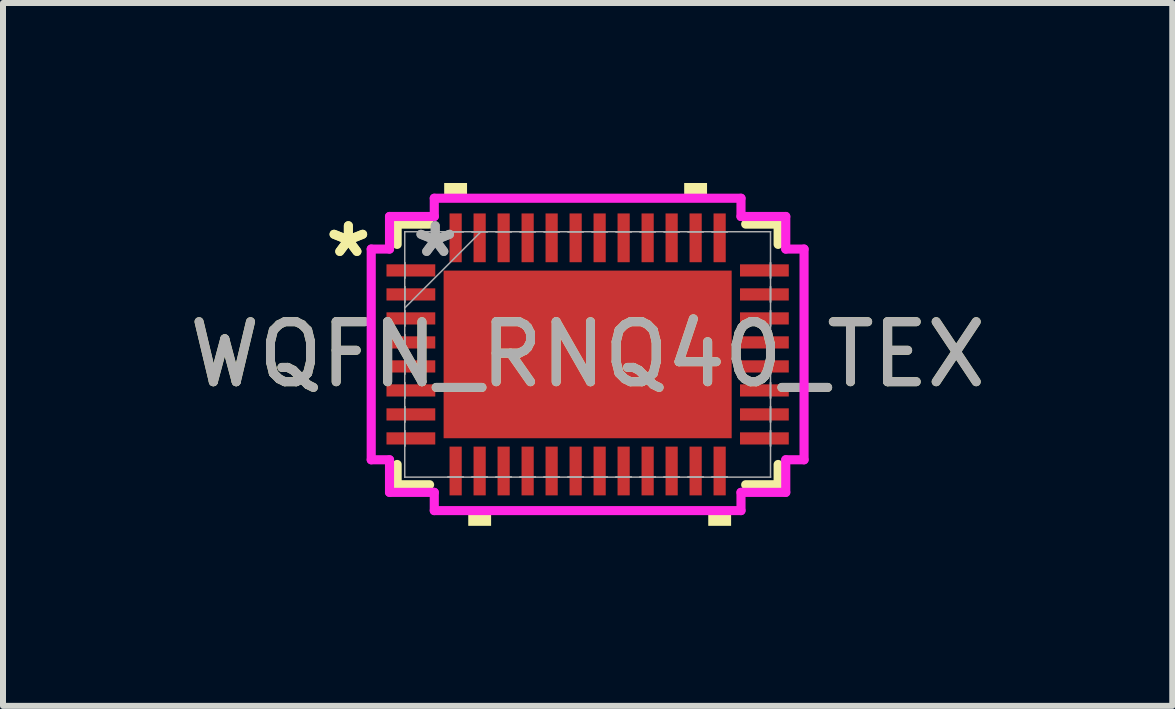
<source format=kicad_pcb>
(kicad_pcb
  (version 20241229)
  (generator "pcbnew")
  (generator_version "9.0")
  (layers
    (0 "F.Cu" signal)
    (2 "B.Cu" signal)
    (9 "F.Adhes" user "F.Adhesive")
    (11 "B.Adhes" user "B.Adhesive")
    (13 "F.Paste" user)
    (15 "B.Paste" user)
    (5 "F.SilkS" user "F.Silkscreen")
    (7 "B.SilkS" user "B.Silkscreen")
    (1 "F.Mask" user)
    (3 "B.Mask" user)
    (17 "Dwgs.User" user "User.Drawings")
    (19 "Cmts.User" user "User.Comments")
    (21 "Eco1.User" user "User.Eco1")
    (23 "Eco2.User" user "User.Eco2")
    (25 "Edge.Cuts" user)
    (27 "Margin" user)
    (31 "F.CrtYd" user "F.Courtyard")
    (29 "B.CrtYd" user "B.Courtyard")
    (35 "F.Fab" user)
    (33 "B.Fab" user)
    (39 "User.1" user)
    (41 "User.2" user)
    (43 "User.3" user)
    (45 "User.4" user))
  (footprint "WQFN_RNQ40_TEX"
    (layer "F.Cu")
    (at 6.744 2.857)
    (property "Reference" "WQFN_RNQ40_TEX" (at 0 0 0) (unlocked yes) (layer "F.SilkS") (effects (font (size 1 1) (thickness 0.15))))
    (attr smd)
    (fp_line (start -3.175 -2.172) (end -3.175 -1.834) (stroke (width 0.152) (type solid)) (layer "F.SilkS"))
    (fp_line (start -3.175 1.834) (end -3.175 2.172) (stroke (width 0.152) (type solid)) (layer "F.SilkS"))
    (fp_line (start -3.175 2.172) (end -2.634 2.172) (stroke (width 0.152) (type solid)) (layer "F.SilkS"))
    (fp_line (start -2.634 -2.172) (end -3.175 -2.172) (stroke (width 0.152) (type solid)) (layer "F.SilkS"))
    (fp_line (start 2.634 2.172) (end 3.175 2.172) (stroke (width 0.152) (type solid)) (layer "F.SilkS"))
    (fp_line (start 3.175 -2.172) (end 2.634 -2.172) (stroke (width 0.152) (type solid)) (layer "F.SilkS"))
    (fp_line (start 3.175 -1.834) (end 3.175 -2.172) (stroke (width 0.152) (type solid)) (layer "F.SilkS"))
    (fp_line (start 3.175 2.172) (end 3.175 1.834) (stroke (width 0.152) (type solid)) (layer "F.SilkS"))
    (fp_poly (pts (xy -2.391 -2.603) (xy -2.391 -2.857) (xy -2.01 -2.857) (xy -2.01 -2.603)) (stroke (width 0) (type solid)) (fill yes) (layer "F.SilkS"))
    (fp_poly (pts (xy -1.99 2.603) (xy -1.99 2.857) (xy -1.609 2.857) (xy -1.609 2.603)) (stroke (width 0) (type solid)) (fill yes) (layer "F.SilkS"))
    (fp_poly (pts (xy 1.609 -2.603) (xy 1.609 -2.857) (xy 1.99 -2.857) (xy 1.99 -2.603)) (stroke (width 0) (type solid)) (fill yes) (layer "F.SilkS"))
    (fp_poly (pts (xy 2.01 2.603) (xy 2.01 2.857) (xy 2.391 2.857) (xy 2.391 2.603)) (stroke (width 0) (type solid)) (fill yes) (layer "F.SilkS"))
    (fp_poly (pts (xy -2.3 -1.297) (xy -2.3 -0.1) (xy -0.9 -0.1) (xy -0.9 -1.297)) (stroke (width 0) (type solid)) (fill yes) (layer "F.Paste"))
    (fp_poly (pts (xy -2.3 0.1) (xy -2.3 1.297) (xy -0.9 1.297) (xy -0.9 0.1)) (stroke (width 0) (type solid)) (fill yes) (layer "F.Paste"))
    (fp_poly (pts (xy -0.7 -1.297) (xy -0.7 -0.1) (xy 0.7 -0.1) (xy 0.7 -1.297)) (stroke (width 0) (type solid)) (fill yes) (layer "F.Paste"))
    (fp_poly (pts (xy -0.7 0.1) (xy -0.7 1.297) (xy 0.7 1.297) (xy 0.7 0.1)) (stroke (width 0) (type solid)) (fill yes) (layer "F.Paste"))
    (fp_poly (pts (xy 0.9 -1.297) (xy 0.9 -0.1) (xy 2.3 -0.1) (xy 2.3 -1.297)) (stroke (width 0) (type solid)) (fill yes) (layer "F.Paste"))
    (fp_poly (pts (xy 0.9 0.1) (xy 0.9 1.297) (xy 2.3 1.297) (xy 2.3 0.1)) (stroke (width 0) (type solid)) (fill yes) (layer "F.Paste"))
    (fp_line (start -3.607 -1.756) (end -3.302 -1.756) (stroke (width 0.152) (type solid)) (layer "F.CrtYd"))
    (fp_line (start -3.607 1.756) (end -3.607 -1.756) (stroke (width 0.152) (type solid)) (layer "F.CrtYd"))
    (fp_line (start -3.302 -2.299) (end -2.556 -2.299) (stroke (width 0.152) (type solid)) (layer "F.CrtYd"))
    (fp_line (start -3.302 -1.756) (end -3.302 -2.299) (stroke (width 0.152) (type solid)) (layer "F.CrtYd"))
    (fp_line (start -3.302 1.756) (end -3.607 1.756) (stroke (width 0.152) (type solid)) (layer "F.CrtYd"))
    (fp_line (start -3.302 2.299) (end -3.302 1.756) (stroke (width 0.152) (type solid)) (layer "F.CrtYd"))
    (fp_line (start -2.556 -2.603) (end 2.556 -2.603) (stroke (width 0.152) (type solid)) (layer "F.CrtYd"))
    (fp_line (start -2.556 -2.299) (end -2.556 -2.603) (stroke (width 0.152) (type solid)) (layer "F.CrtYd"))
    (fp_line (start -2.556 2.299) (end -3.302 2.299) (stroke (width 0.152) (type solid)) (layer "F.CrtYd"))
    (fp_line (start -2.556 2.603) (end -2.556 2.299) (stroke (width 0.152) (type solid)) (layer "F.CrtYd"))
    (fp_line (start 2.556 -2.603) (end 2.556 -2.299) (stroke (width 0.152) (type solid)) (layer "F.CrtYd"))
    (fp_line (start 2.556 -2.299) (end 3.302 -2.299) (stroke (width 0.152) (type solid)) (layer "F.CrtYd"))
    (fp_line (start 2.556 2.299) (end 2.556 2.603) (stroke (width 0.152) (type solid)) (layer "F.CrtYd"))
    (fp_line (start 2.556 2.603) (end -2.556 2.603) (stroke (width 0.152) (type solid)) (layer "F.CrtYd"))
    (fp_line (start 3.302 -2.299) (end 3.302 -1.756) (stroke (width 0.152) (type solid)) (layer "F.CrtYd"))
    (fp_line (start 3.302 -1.756) (end 3.607 -1.756) (stroke (width 0.152) (type solid)) (layer "F.CrtYd"))
    (fp_line (start 3.302 1.756) (end 3.302 2.299) (stroke (width 0.152) (type solid)) (layer "F.CrtYd"))
    (fp_line (start 3.302 2.299) (end 2.556 2.299) (stroke (width 0.152) (type solid)) (layer "F.CrtYd"))
    (fp_line (start 3.607 -1.756) (end 3.607 1.756) (stroke (width 0.152) (type solid)) (layer "F.CrtYd"))
    (fp_line (start 3.607 1.756) (end 3.302 1.756) (stroke (width 0.152) (type solid)) (layer "F.CrtYd"))
    (fp_line (start -3.048 -2.045) (end -3.048 -2.045) (stroke (width 0.025) (type solid)) (layer "F.Fab"))
    (fp_line (start -3.048 -2.045) (end -3.048 2.045) (stroke (width 0.025) (type solid)) (layer "F.Fab"))
    (fp_line (start -3.048 -1.527) (end -3.048 -1.527) (stroke (width 0.025) (type solid)) (layer "F.Fab"))
    (fp_line (start -3.048 -1.527) (end -3.048 -1.273) (stroke (width 0.025) (type solid)) (layer "F.Fab"))
    (fp_line (start -3.048 -1.273) (end -3.048 -1.527) (stroke (width 0.025) (type solid)) (layer "F.Fab"))
    (fp_line (start -3.048 -1.273) (end -3.048 -1.273) (stroke (width 0.025) (type solid)) (layer "F.Fab"))
    (fp_line (start -3.048 -1.127) (end -3.048 -1.127) (stroke (width 0.025) (type solid)) (layer "F.Fab"))
    (fp_line (start -3.048 -1.127) (end -3.048 -0.873) (stroke (width 0.025) (type solid)) (layer "F.Fab"))
    (fp_line (start -3.048 -0.873) (end -3.048 -1.127) (stroke (width 0.025) (type solid)) (layer "F.Fab"))
    (fp_line (start -3.048 -0.873) (end -3.048 -0.873) (stroke (width 0.025) (type solid)) (layer "F.Fab"))
    (fp_line (start -3.048 -0.775) (end -1.778 -2.045) (stroke (width 0.025) (type solid)) (layer "F.Fab"))
    (fp_line (start -3.048 -0.727) (end -3.048 -0.727) (stroke (width 0.025) (type solid)) (layer "F.Fab"))
    (fp_line (start -3.048 -0.727) (end -3.048 -0.473) (stroke (width 0.025) (type solid)) (layer "F.Fab"))
    (fp_line (start -3.048 -0.473) (end -3.048 -0.727) (stroke (width 0.025) (type solid)) (layer "F.Fab"))
    (fp_line (start -3.048 -0.473) (end -3.048 -0.473) (stroke (width 0.025) (type solid)) (layer "F.Fab"))
    (fp_line (start -3.048 -0.327) (end -3.048 -0.327) (stroke (width 0.025) (type solid)) (layer "F.Fab"))
    (fp_line (start -3.048 -0.327) (end -3.048 -0.073) (stroke (width 0.025) (type solid)) (layer "F.Fab"))
    (fp_line (start -3.048 -0.073) (end -3.048 -0.327) (stroke (width 0.025) (type solid)) (layer "F.Fab"))
    (fp_line (start -3.048 -0.073) (end -3.048 -0.073) (stroke (width 0.025) (type solid)) (layer "F.Fab"))
    (fp_line (start -3.048 0.073) (end -3.048 0.073) (stroke (width 0.025) (type solid)) (layer "F.Fab"))
    (fp_line (start -3.048 0.073) (end -3.048 0.327) (stroke (width 0.025) (type solid)) (layer "F.Fab"))
    (fp_line (start -3.048 0.327) (end -3.048 0.073) (stroke (width 0.025) (type solid)) (layer "F.Fab"))
    (fp_line (start -3.048 0.327) (end -3.048 0.327) (stroke (width 0.025) (type solid)) (layer "F.Fab"))
    (fp_line (start -3.048 0.473) (end -3.048 0.473) (stroke (width 0.025) (type solid)) (layer "F.Fab"))
    (fp_line (start -3.048 0.473) (end -3.048 0.727) (stroke (width 0.025) (type solid)) (layer "F.Fab"))
    (fp_line (start -3.048 0.727) (end -3.048 0.473) (stroke (width 0.025) (type solid)) (layer "F.Fab"))
    (fp_line (start -3.048 0.727) (end -3.048 0.727) (stroke (width 0.025) (type solid)) (layer "F.Fab"))
    (fp_line (start -3.048 0.873) (end -3.048 0.873) (stroke (width 0.025) (type solid)) (layer "F.Fab"))
    (fp_line (start -3.048 0.873) (end -3.048 1.127) (stroke (width 0.025) (type solid)) (layer "F.Fab"))
    (fp_line (start -3.048 1.127) (end -3.048 0.873) (stroke (width 0.025) (type solid)) (layer "F.Fab"))
    (fp_line (start -3.048 1.127) (end -3.048 1.127) (stroke (width 0.025) (type solid)) (layer "F.Fab"))
    (fp_line (start -3.048 1.273) (end -3.048 1.273) (stroke (width 0.025) (type solid)) (layer "F.Fab"))
    (fp_line (start -3.048 1.273) (end -3.048 1.527) (stroke (width 0.025) (type solid)) (layer "F.Fab"))
    (fp_line (start -3.048 1.527) (end -3.048 1.273) (stroke (width 0.025) (type solid)) (layer "F.Fab"))
    (fp_line (start -3.048 1.527) (end -3.048 1.527) (stroke (width 0.025) (type solid)) (layer "F.Fab"))
    (fp_line (start -3.048 2.045) (end -3.048 2.045) (stroke (width 0.025) (type solid)) (layer "F.Fab"))
    (fp_line (start -3.048 2.045) (end 3.048 2.045) (stroke (width 0.025) (type solid)) (layer "F.Fab"))
    (fp_line (start -2.327 -2.045) (end -2.327 -2.045) (stroke (width 0.025) (type solid)) (layer "F.Fab"))
    (fp_line (start -2.327 -2.045) (end -2.073 -2.045) (stroke (width 0.025) (type solid)) (layer "F.Fab"))
    (fp_line (start -2.327 2.045) (end -2.327 2.045) (stroke (width 0.025) (type solid)) (layer "F.Fab"))
    (fp_line (start -2.327 2.045) (end -2.073 2.045) (stroke (width 0.025) (type solid)) (layer "F.Fab"))
    (fp_line (start -2.073 -2.045) (end -2.327 -2.045) (stroke (width 0.025) (type solid)) (layer "F.Fab"))
    (fp_line (start -2.073 -2.045) (end -2.073 -2.045) (stroke (width 0.025) (type solid)) (layer "F.Fab"))
    (fp_line (start -2.073 2.045) (end -2.327 2.045) (stroke (width 0.025) (type solid)) (layer "F.Fab"))
    (fp_line (start -2.073 2.045) (end -2.073 2.045) (stroke (width 0.025) (type solid)) (layer "F.Fab"))
    (fp_line (start -1.927 -2.045) (end -1.927 -2.045) (stroke (width 0.025) (type solid)) (layer "F.Fab"))
    (fp_line (start -1.927 -2.045) (end -1.673 -2.045) (stroke (width 0.025) (type solid)) (layer "F.Fab"))
    (fp_line (start -1.927 2.045) (end -1.927 2.045) (stroke (width 0.025) (type solid)) (layer "F.Fab"))
    (fp_line (start -1.927 2.045) (end -1.673 2.045) (stroke (width 0.025) (type solid)) (layer "F.Fab"))
    (fp_line (start -1.673 -2.045) (end -1.927 -2.045) (stroke (width 0.025) (type solid)) (layer "F.Fab"))
    (fp_line (start -1.673 -2.045) (end -1.673 -2.045) (stroke (width 0.025) (type solid)) (layer "F.Fab"))
    (fp_line (start -1.673 2.045) (end -1.927 2.045) (stroke (width 0.025) (type solid)) (layer "F.Fab"))
    (fp_line (start -1.673 2.045) (end -1.673 2.045) (stroke (width 0.025) (type solid)) (layer "F.Fab"))
    (fp_line (start -1.527 -2.045) (end -1.527 -2.045) (stroke (width 0.025) (type solid)) (layer "F.Fab"))
    (fp_line (start -1.527 -2.045) (end -1.273 -2.045) (stroke (width 0.025) (type solid)) (layer "F.Fab"))
    (fp_line (start -1.527 2.045) (end -1.527 2.045) (stroke (width 0.025) (type solid)) (layer "F.Fab"))
    (fp_line (start -1.527 2.045) (end -1.273 2.045) (stroke (width 0.025) (type solid)) (layer "F.Fab"))
    (fp_line (start -1.273 -2.045) (end -1.527 -2.045) (stroke (width 0.025) (type solid)) (layer "F.Fab"))
    (fp_line (start -1.273 -2.045) (end -1.273 -2.045) (stroke (width 0.025) (type solid)) (layer "F.Fab"))
    (fp_line (start -1.273 2.045) (end -1.527 2.045) (stroke (width 0.025) (type solid)) (layer "F.Fab"))
    (fp_line (start -1.273 2.045) (end -1.273 2.045) (stroke (width 0.025) (type solid)) (layer "F.Fab"))
    (fp_line (start -1.127 -2.045) (end -1.127 -2.045) (stroke (width 0.025) (type solid)) (layer "F.Fab"))
    (fp_line (start -1.127 -2.045) (end -0.873 -2.045) (stroke (width 0.025) (type solid)) (layer "F.Fab"))
    (fp_line (start -1.127 2.045) (end -1.127 2.045) (stroke (width 0.025) (type solid)) (layer "F.Fab"))
    (fp_line (start -1.127 2.045) (end -0.873 2.045) (stroke (width 0.025) (type solid)) (layer "F.Fab"))
    (fp_line (start -0.873 -2.045) (end -1.127 -2.045) (stroke (width 0.025) (type solid)) (layer "F.Fab"))
    (fp_line (start -0.873 -2.045) (end -0.873 -2.045) (stroke (width 0.025) (type solid)) (layer "F.Fab"))
    (fp_line (start -0.873 2.045) (end -1.127 2.045) (stroke (width 0.025) (type solid)) (layer "F.Fab"))
    (fp_line (start -0.873 2.045) (end -0.873 2.045) (stroke (width 0.025) (type solid)) (layer "F.Fab"))
    (fp_line (start -0.727 -2.045) (end -0.727 -2.045) (stroke (width 0.025) (type solid)) (layer "F.Fab"))
    (fp_line (start -0.727 -2.045) (end -0.473 -2.045) (stroke (width 0.025) (type solid)) (layer "F.Fab"))
    (fp_line (start -0.727 2.045) (end -0.727 2.045) (stroke (width 0.025) (type solid)) (layer "F.Fab"))
    (fp_line (start -0.727 2.045) (end -0.473 2.045) (stroke (width 0.025) (type solid)) (layer "F.Fab"))
    (fp_line (start -0.473 -2.045) (end -0.727 -2.045) (stroke (width 0.025) (type solid)) (layer "F.Fab"))
    (fp_line (start -0.473 -2.045) (end -0.473 -2.045) (stroke (width 0.025) (type solid)) (layer "F.Fab"))
    (fp_line (start -0.473 2.045) (end -0.727 2.045) (stroke (width 0.025) (type solid)) (layer "F.Fab"))
    (fp_line (start -0.473 2.045) (end -0.473 2.045) (stroke (width 0.025) (type solid)) (layer "F.Fab"))
    (fp_line (start -0.327 -2.045) (end -0.327 -2.045) (stroke (width 0.025) (type solid)) (layer "F.Fab"))
    (fp_line (start -0.327 -2.045) (end -0.073 -2.045) (stroke (width 0.025) (type solid)) (layer "F.Fab"))
    (fp_line (start -0.327 2.045) (end -0.327 2.045) (stroke (width 0.025) (type solid)) (layer "F.Fab"))
    (fp_line (start -0.327 2.045) (end -0.073 2.045) (stroke (width 0.025) (type solid)) (layer "F.Fab"))
    (fp_line (start -0.073 -2.045) (end -0.327 -2.045) (stroke (width 0.025) (type solid)) (layer "F.Fab"))
    (fp_line (start -0.073 -2.045) (end -0.073 -2.045) (stroke (width 0.025) (type solid)) (layer "F.Fab"))
    (fp_line (start -0.073 2.045) (end -0.327 2.045) (stroke (width 0.025) (type solid)) (layer "F.Fab"))
    (fp_line (start -0.073 2.045) (end -0.073 2.045) (stroke (width 0.025) (type solid)) (layer "F.Fab"))
    (fp_line (start 0.073 -2.045) (end 0.073 -2.045) (stroke (width 0.025) (type solid)) (layer "F.Fab"))
    (fp_line (start 0.073 -2.045) (end 0.327 -2.045) (stroke (width 0.025) (type solid)) (layer "F.Fab"))
    (fp_line (start 0.073 2.045) (end 0.073 2.045) (stroke (width 0.025) (type solid)) (layer "F.Fab"))
    (fp_line (start 0.073 2.045) (end 0.327 2.045) (stroke (width 0.025) (type solid)) (layer "F.Fab"))
    (fp_line (start 0.327 -2.045) (end 0.073 -2.045) (stroke (width 0.025) (type solid)) (layer "F.Fab"))
    (fp_line (start 0.327 -2.045) (end 0.327 -2.045) (stroke (width 0.025) (type solid)) (layer "F.Fab"))
    (fp_line (start 0.327 2.045) (end 0.073 2.045) (stroke (width 0.025) (type solid)) (layer "F.Fab"))
    (fp_line (start 0.327 2.045) (end 0.327 2.045) (stroke (width 0.025) (type solid)) (layer "F.Fab"))
    (fp_line (start 0.473 -2.045) (end 0.473 -2.045) (stroke (width 0.025) (type solid)) (layer "F.Fab"))
    (fp_line (start 0.473 -2.045) (end 0.727 -2.045) (stroke (width 0.025) (type solid)) (layer "F.Fab"))
    (fp_line (start 0.473 2.045) (end 0.473 2.045) (stroke (width 0.025) (type solid)) (layer "F.Fab"))
    (fp_line (start 0.473 2.045) (end 0.727 2.045) (stroke (width 0.025) (type solid)) (layer "F.Fab"))
    (fp_line (start 0.727 -2.045) (end 0.473 -2.045) (stroke (width 0.025) (type solid)) (layer "F.Fab"))
    (fp_line (start 0.727 -2.045) (end 0.727 -2.045) (stroke (width 0.025) (type solid)) (layer "F.Fab"))
    (fp_line (start 0.727 2.045) (end 0.473 2.045) (stroke (width 0.025) (type solid)) (layer "F.Fab"))
    (fp_line (start 0.727 2.045) (end 0.727 2.045) (stroke (width 0.025) (type solid)) (layer "F.Fab"))
    (fp_line (start 0.873 -2.045) (end 0.873 -2.045) (stroke (width 0.025) (type solid)) (layer "F.Fab"))
    (fp_line (start 0.873 -2.045) (end 1.127 -2.045) (stroke (width 0.025) (type solid)) (layer "F.Fab"))
    (fp_line (start 0.873 2.045) (end 0.873 2.045) (stroke (width 0.025) (type solid)) (layer "F.Fab"))
    (fp_line (start 0.873 2.045) (end 1.127 2.045) (stroke (width 0.025) (type solid)) (layer "F.Fab"))
    (fp_line (start 1.127 -2.045) (end 0.873 -2.045) (stroke (width 0.025) (type solid)) (layer "F.Fab"))
    (fp_line (start 1.127 -2.045) (end 1.127 -2.045) (stroke (width 0.025) (type solid)) (layer "F.Fab"))
    (fp_line (start 1.127 2.045) (end 0.873 2.045) (stroke (width 0.025) (type solid)) (layer "F.Fab"))
    (fp_line (start 1.127 2.045) (end 1.127 2.045) (stroke (width 0.025) (type solid)) (layer "F.Fab"))
    (fp_line (start 1.273 -2.045) (end 1.273 -2.045) (stroke (width 0.025) (type solid)) (layer "F.Fab"))
    (fp_line (start 1.273 -2.045) (end 1.527 -2.045) (stroke (width 0.025) (type solid)) (layer "F.Fab"))
    (fp_line (start 1.273 2.045) (end 1.273 2.045) (stroke (width 0.025) (type solid)) (layer "F.Fab"))
    (fp_line (start 1.273 2.045) (end 1.527 2.045) (stroke (width 0.025) (type solid)) (layer "F.Fab"))
    (fp_line (start 1.527 -2.045) (end 1.273 -2.045) (stroke (width 0.025) (type solid)) (layer "F.Fab"))
    (fp_line (start 1.527 -2.045) (end 1.527 -2.045) (stroke (width 0.025) (type solid)) (layer "F.Fab"))
    (fp_line (start 1.527 2.045) (end 1.273 2.045) (stroke (width 0.025) (type solid)) (layer "F.Fab"))
    (fp_line (start 1.527 2.045) (end 1.527 2.045) (stroke (width 0.025) (type solid)) (layer "F.Fab"))
    (fp_line (start 1.673 -2.045) (end 1.673 -2.045) (stroke (width 0.025) (type solid)) (layer "F.Fab"))
    (fp_line (start 1.673 -2.045) (end 1.927 -2.045) (stroke (width 0.025) (type solid)) (layer "F.Fab"))
    (fp_line (start 1.673 2.045) (end 1.673 2.045) (stroke (width 0.025) (type solid)) (layer "F.Fab"))
    (fp_line (start 1.673 2.045) (end 1.927 2.045) (stroke (width 0.025) (type solid)) (layer "F.Fab"))
    (fp_line (start 1.927 -2.045) (end 1.673 -2.045) (stroke (width 0.025) (type solid)) (layer "F.Fab"))
    (fp_line (start 1.927 -2.045) (end 1.927 -2.045) (stroke (width 0.025) (type solid)) (layer "F.Fab"))
    (fp_line (start 1.927 2.045) (end 1.673 2.045) (stroke (width 0.025) (type solid)) (layer "F.Fab"))
    (fp_line (start 1.927 2.045) (end 1.927 2.045) (stroke (width 0.025) (type solid)) (layer "F.Fab"))
    (fp_line (start 2.073 -2.045) (end 2.073 -2.045) (stroke (width 0.025) (type solid)) (layer "F.Fab"))
    (fp_line (start 2.073 -2.045) (end 2.327 -2.045) (stroke (width 0.025) (type solid)) (layer "F.Fab"))
    (fp_line (start 2.073 2.045) (end 2.073 2.045) (stroke (width 0.025) (type solid)) (layer "F.Fab"))
    (fp_line (start 2.073 2.045) (end 2.327 2.045) (stroke (width 0.025) (type solid)) (layer "F.Fab"))
    (fp_line (start 2.327 -2.045) (end 2.073 -2.045) (stroke (width 0.025) (type solid)) (layer "F.Fab"))
    (fp_line (start 2.327 -2.045) (end 2.327 -2.045) (stroke (width 0.025) (type solid)) (layer "F.Fab"))
    (fp_line (start 2.327 2.045) (end 2.073 2.045) (stroke (width 0.025) (type solid)) (layer "F.Fab"))
    (fp_line (start 2.327 2.045) (end 2.327 2.045) (stroke (width 0.025) (type solid)) (layer "F.Fab"))
    (fp_line (start 3.048 -2.045) (end -3.048 -2.045) (stroke (width 0.025) (type solid)) (layer "F.Fab"))
    (fp_line (start 3.048 -2.045) (end 3.048 -2.045) (stroke (width 0.025) (type solid)) (layer "F.Fab"))
    (fp_line (start 3.048 -1.527) (end 3.048 -1.527) (stroke (width 0.025) (type solid)) (layer "F.Fab"))
    (fp_line (start 3.048 -1.527) (end 3.048 -1.273) (stroke (width 0.025) (type solid)) (layer "F.Fab"))
    (fp_line (start 3.048 -1.273) (end 3.048 -1.527) (stroke (width 0.025) (type solid)) (layer "F.Fab"))
    (fp_line (start 3.048 -1.273) (end 3.048 -1.273) (stroke (width 0.025) (type solid)) (layer "F.Fab"))
    (fp_line (start 3.048 -1.127) (end 3.048 -1.127) (stroke (width 0.025) (type solid)) (layer "F.Fab"))
    (fp_line (start 3.048 -1.127) (end 3.048 -0.873) (stroke (width 0.025) (type solid)) (layer "F.Fab"))
    (fp_line (start 3.048 -0.873) (end 3.048 -1.127) (stroke (width 0.025) (type solid)) (layer "F.Fab"))
    (fp_line (start 3.048 -0.873) (end 3.048 -0.873) (stroke (width 0.025) (type solid)) (layer "F.Fab"))
    (fp_line (start 3.048 -0.727) (end 3.048 -0.727) (stroke (width 0.025) (type solid)) (layer "F.Fab"))
    (fp_line (start 3.048 -0.727) (end 3.048 -0.473) (stroke (width 0.025) (type solid)) (layer "F.Fab"))
    (fp_line (start 3.048 -0.473) (end 3.048 -0.727) (stroke (width 0.025) (type solid)) (layer "F.Fab"))
    (fp_line (start 3.048 -0.473) (end 3.048 -0.473) (stroke (width 0.025) (type solid)) (layer "F.Fab"))
    (fp_line (start 3.048 -0.327) (end 3.048 -0.327) (stroke (width 0.025) (type solid)) (layer "F.Fab"))
    (fp_line (start 3.048 -0.327) (end 3.048 -0.073) (stroke (width 0.025) (type solid)) (layer "F.Fab"))
    (fp_line (start 3.048 -0.073) (end 3.048 -0.327) (stroke (width 0.025) (type solid)) (layer "F.Fab"))
    (fp_line (start 3.048 -0.073) (end 3.048 -0.073) (stroke (width 0.025) (type solid)) (layer "F.Fab"))
    (fp_line (start 3.048 0.073) (end 3.048 0.073) (stroke (width 0.025) (type solid)) (layer "F.Fab"))
    (fp_line (start 3.048 0.073) (end 3.048 0.327) (stroke (width 0.025) (type solid)) (layer "F.Fab"))
    (fp_line (start 3.048 0.327) (end 3.048 0.073) (stroke (width 0.025) (type solid)) (layer "F.Fab"))
    (fp_line (start 3.048 0.327) (end 3.048 0.327) (stroke (width 0.025) (type solid)) (layer "F.Fab"))
    (fp_line (start 3.048 0.473) (end 3.048 0.473) (stroke (width 0.025) (type solid)) (layer "F.Fab"))
    (fp_line (start 3.048 0.473) (end 3.048 0.727) (stroke (width 0.025) (type solid)) (layer "F.Fab"))
    (fp_line (start 3.048 0.727) (end 3.048 0.473) (stroke (width 0.025) (type solid)) (layer "F.Fab"))
    (fp_line (start 3.048 0.727) (end 3.048 0.727) (stroke (width 0.025) (type solid)) (layer "F.Fab"))
    (fp_line (start 3.048 0.873) (end 3.048 0.873) (stroke (width 0.025) (type solid)) (layer "F.Fab"))
    (fp_line (start 3.048 0.873) (end 3.048 1.127) (stroke (width 0.025) (type solid)) (layer "F.Fab"))
    (fp_line (start 3.048 1.127) (end 3.048 0.873) (stroke (width 0.025) (type solid)) (layer "F.Fab"))
    (fp_line (start 3.048 1.127) (end 3.048 1.127) (stroke (width 0.025) (type solid)) (layer "F.Fab"))
    (fp_line (start 3.048 1.273) (end 3.048 1.273) (stroke (width 0.025) (type solid)) (layer "F.Fab"))
    (fp_line (start 3.048 1.273) (end 3.048 1.527) (stroke (width 0.025) (type solid)) (layer "F.Fab"))
    (fp_line (start 3.048 1.527) (end 3.048 1.273) (stroke (width 0.025) (type solid)) (layer "F.Fab"))
    (fp_line (start 3.048 1.527) (end 3.048 1.527) (stroke (width 0.025) (type solid)) (layer "F.Fab"))
    (fp_line (start 3.048 2.045) (end 3.048 -2.045) (stroke (width 0.025) (type solid)) (layer "F.Fab"))
    (fp_line (start 3.048 2.045) (end 3.048 2.045) (stroke (width 0.025) (type solid)) (layer "F.Fab"))
    (fp_text user "*" (at -3.988 -1.6 0) (unlocked yes) (layer "F.SilkS") (effects (font (size 1 1) (thickness 0.15))))
    (fp_text user "*" (at -3.988 -1.6 0) (layer "F.SilkS") (effects (font (size 1 1) (thickness 0.15))))
    (fp_text user "*" (at -2.54 -1.6 0) (layer "F.Fab") (effects (font (size 1 1) (thickness 0.15))))
    (fp_text user "*" (at -2.54 -1.6 0) (unlocked yes) (layer "F.Fab") (effects (font (size 1 1) (thickness 0.15))))
    (fp_text user "${REFERENCE}" (at 0 0 0) (unlocked yes) (layer "F.Fab") (effects (font (size 1 1) (thickness 0.15))))
    (pad "1" smd rect (at -2.946 -1.4 90) (size 0.203 0.813) (layers "F.Cu" "F.Mask" "F.Paste"))
    (pad "2" smd rect (at -2.946 -1 90) (size 0.203 0.813) (layers "F.Cu" "F.Mask" "F.Paste"))
    (pad "3" smd rect (at -2.946 -0.6 90) (size 0.203 0.813) (layers "F.Cu" "F.Mask" "F.Paste"))
    (pad "4" smd rect (at -2.946 -0.2 90) (size 0.203 0.813) (layers "F.Cu" "F.Mask" "F.Paste"))
    (pad "5" smd rect (at -2.946 0.2 90) (size 0.203 0.813) (layers "F.Cu" "F.Mask" "F.Paste"))
    (pad "6" smd rect (at -2.946 0.6 90) (size 0.203 0.813) (layers "F.Cu" "F.Mask" "F.Paste"))
    (pad "7" smd rect (at -2.946 1 90) (size 0.203 0.813) (layers "F.Cu" "F.Mask" "F.Paste"))
    (pad "8" smd rect (at -2.946 1.4 90) (size 0.203 0.813) (layers "F.Cu" "F.Mask" "F.Paste"))
    (pad "9" smd rect (at -2.2 1.943) (size 0.203 0.813) (layers "F.Cu" "F.Mask" "F.Paste"))
    (pad "10" smd rect (at -1.8 1.943) (size 0.203 0.813) (layers "F.Cu" "F.Mask" "F.Paste"))
    (pad "11" smd rect (at -1.4 1.943) (size 0.203 0.813) (layers "F.Cu" "F.Mask" "F.Paste"))
    (pad "12" smd rect (at -1 1.943) (size 0.203 0.813) (layers "F.Cu" "F.Mask" "F.Paste"))
    (pad "13" smd rect (at -0.6 1.943) (size 0.203 0.813) (layers "F.Cu" "F.Mask" "F.Paste"))
    (pad "14" smd rect (at -0.2 1.943) (size 0.203 0.813) (layers "F.Cu" "F.Mask" "F.Paste"))
    (pad "15" smd rect (at 0.2 1.943) (size 0.203 0.813) (layers "F.Cu" "F.Mask" "F.Paste"))
    (pad "16" smd rect (at 0.6 1.943) (size 0.203 0.813) (layers "F.Cu" "F.Mask" "F.Paste"))
    (pad "17" smd rect (at 1 1.943) (size 0.203 0.813) (layers "F.Cu" "F.Mask" "F.Paste"))
    (pad "18" smd rect (at 1.4 1.943) (size 0.203 0.813) (layers "F.Cu" "F.Mask" "F.Paste"))
    (pad "19" smd rect (at 1.8 1.943) (size 0.203 0.813) (layers "F.Cu" "F.Mask" "F.Paste"))
    (pad "20" smd rect (at 2.2 1.943) (size 0.203 0.813) (layers "F.Cu" "F.Mask" "F.Paste"))
    (pad "21" smd rect (at 2.946 1.4 90) (size 0.203 0.813) (layers "F.Cu" "F.Mask" "F.Paste"))
    (pad "22" smd rect (at 2.946 1 90) (size 0.203 0.813) (layers "F.Cu" "F.Mask" "F.Paste"))
    (pad "23" smd rect (at 2.946 0.6 90) (size 0.203 0.813) (layers "F.Cu" "F.Mask" "F.Paste"))
    (pad "24" smd rect (at 2.946 0.2 90) (size 0.203 0.813) (layers "F.Cu" "F.Mask" "F.Paste"))
    (pad "25" smd rect (at 2.946 -0.2 90) (size 0.203 0.813) (layers "F.Cu" "F.Mask" "F.Paste"))
    (pad "26" smd rect (at 2.946 -0.6 90) (size 0.203 0.813) (layers "F.Cu" "F.Mask" "F.Paste"))
    (pad "27" smd rect (at 2.946 -1 90) (size 0.203 0.813) (layers "F.Cu" "F.Mask" "F.Paste"))
    (pad "28" smd rect (at 2.946 -1.4 90) (size 0.203 0.813) (layers "F.Cu" "F.Mask" "F.Paste"))
    (pad "29" smd rect (at 2.2 -1.943) (size 0.203 0.813) (layers "F.Cu" "F.Mask" "F.Paste"))
    (pad "30" smd rect (at 1.8 -1.943) (size 0.203 0.813) (layers "F.Cu" "F.Mask" "F.Paste"))
    (pad "31" smd rect (at 1.4 -1.943) (size 0.203 0.813) (layers "F.Cu" "F.Mask" "F.Paste"))
    (pad "32" smd rect (at 1 -1.943) (size 0.203 0.813) (layers "F.Cu" "F.Mask" "F.Paste"))
    (pad "33" smd rect (at 0.6 -1.943) (size 0.203 0.813) (layers "F.Cu" "F.Mask" "F.Paste"))
    (pad "34" smd rect (at 0.2 -1.943) (size 0.203 0.813) (layers "F.Cu" "F.Mask" "F.Paste"))
    (pad "35" smd rect (at -0.2 -1.943) (size 0.203 0.813) (layers "F.Cu" "F.Mask" "F.Paste"))
    (pad "36" smd rect (at -0.6 -1.943) (size 0.203 0.813) (layers "F.Cu" "F.Mask" "F.Paste"))
    (pad "37" smd rect (at -1 -1.943) (size 0.203 0.813) (layers "F.Cu" "F.Mask" "F.Paste"))
    (pad "38" smd rect (at -1.4 -1.943) (size 0.203 0.813) (layers "F.Cu" "F.Mask" "F.Paste"))
    (pad "39" smd rect (at -1.8 -1.943) (size 0.203 0.813) (layers "F.Cu" "F.Mask" "F.Paste"))
    (pad "40" smd rect (at -2.2 -1.943) (size 0.203 0.813) (layers "F.Cu" "F.Mask" "F.Paste"))
    (pad "41" smd rect (at 0 0) (size 4.801 2.794) (layers "F.Cu" "F.Mask" "F.Paste")))
  (gr_rect
    (start -3 -3)
    (end 16.488 8.715)
    (stroke (width 0.1) (type default))
    (fill no)
    (layer "Edge.Cuts")))
</source>
